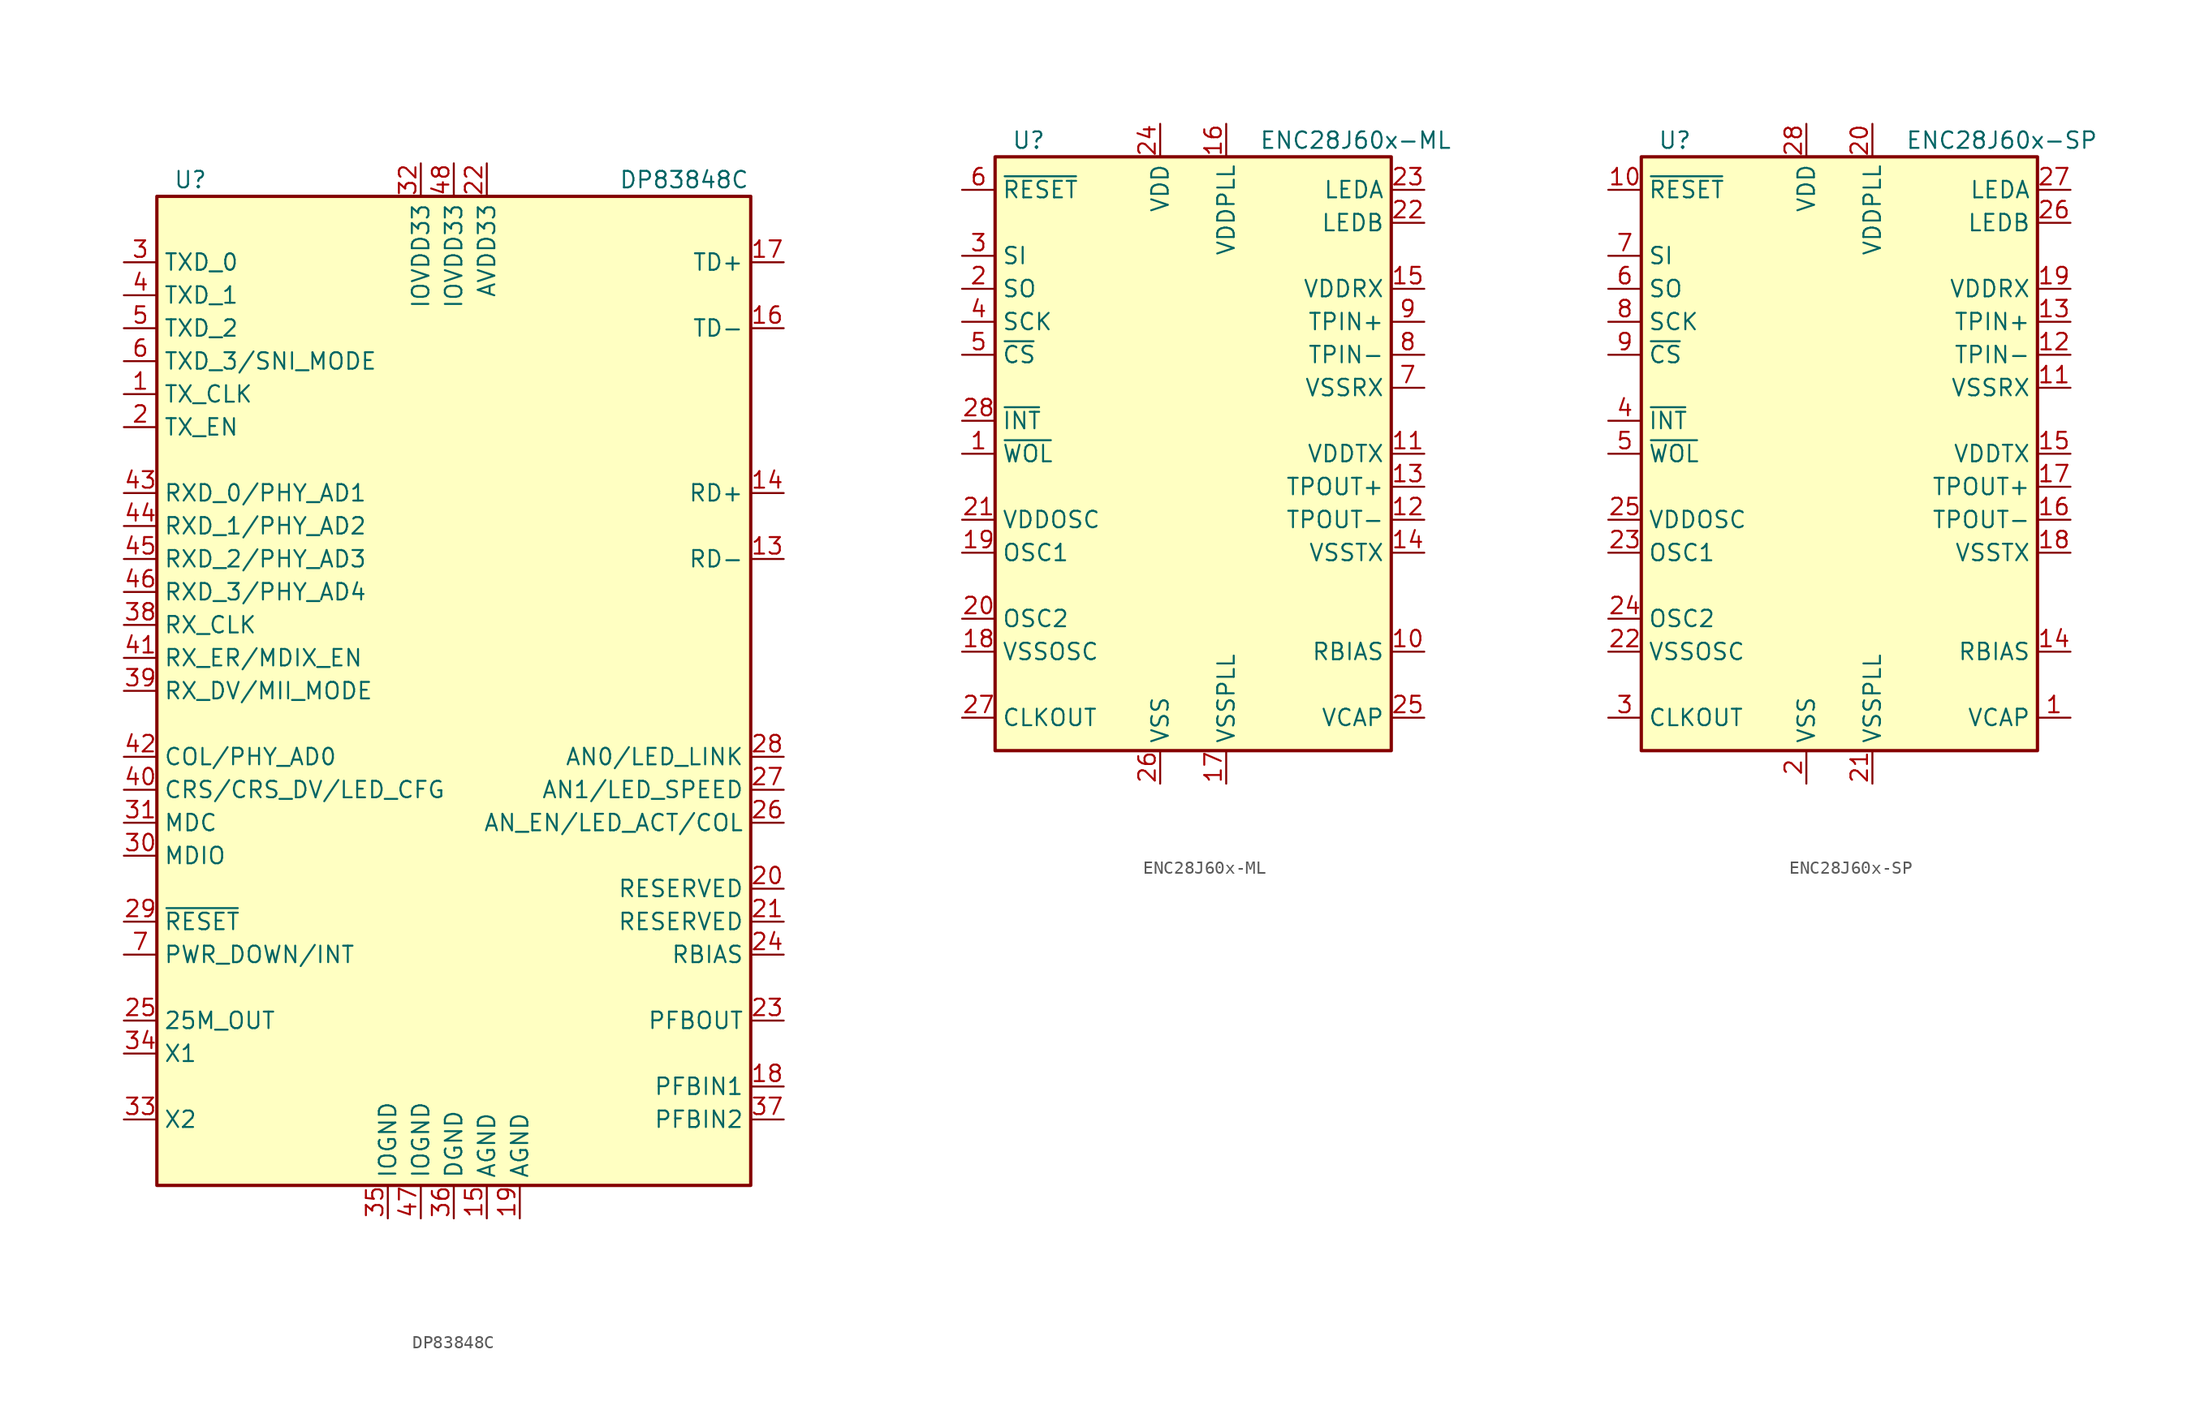
<source format=kicad_sym>
(kicad_symbol_lib
  (version 20220914)
  (generator kicad_symbol_editor)
  (symbol "DP83848C"
    (property "Reference" "U"
      (at -21.59 39.37 0)
      (effects (font (size 1.27 1.27)) (justify left)))
    (property "Value" "DP83848C"
      (at 12.7 39.37 0)
      (effects (font (size 1.27 1.27)) (justify left)))
    (symbol "DP83848C_0_1"
      (rectangle (start -22.86 38.1) (end 22.86 -38.1) (stroke (width 0.254) (type default)) (fill (type background))))
    (symbol "DP83848C_1_1"
      (pin output line (at -25.4 22.86 0) (length 2.54) (name "TX_CLK" (effects (font (size 1.27 1.27)))) (number "1" (effects (font (size 1.27 1.27)))))
      (pin passive line (at 25.4 10.16 180) (length 2.54) (name "RD-" (effects (font (size 1.27 1.27)))) (number "13" (effects (font (size 1.27 1.27)))))
      (pin passive line (at 25.4 15.24 180) (length 2.54) (name "RD+" (effects (font (size 1.27 1.27)))) (number "14" (effects (font (size 1.27 1.27)))))
      (pin power_in line (at 2.54 -40.64 90) (length 2.54) (name "AGND" (effects (font (size 1.27 1.27)))) (number "15" (effects (font (size 1.27 1.27)))))
      (pin passive line (at 25.4 27.94 180) (length 2.54) (name "TD-" (effects (font (size 1.27 1.27)))) (number "16" (effects (font (size 1.27 1.27)))))
      (pin passive line (at 25.4 33.02 180) (length 2.54) (name "TD+" (effects (font (size 1.27 1.27)))) (number "17" (effects (font (size 1.27 1.27)))))
      (pin passive line (at 25.4 -30.48 180) (length 2.54) (name "PFBIN1" (effects (font (size 1.27 1.27)))) (number "18" (effects (font (size 1.27 1.27)))))
      (pin power_in line (at 5.08 -40.64 90) (length 2.54) (name "AGND" (effects (font (size 1.27 1.27)))) (number "19" (effects (font (size 1.27 1.27)))))
      (pin input line (at -25.4 20.32 0) (length 2.54) (name "TX_EN" (effects (font (size 1.27 1.27)))) (number "2" (effects (font (size 1.27 1.27)))))
      (pin passive line (at 25.4 -15.24 180) (length 2.54) (name "RESERVED" (effects (font (size 1.27 1.27)))) (number "20" (effects (font (size 1.27 1.27)))))
      (pin passive line (at 25.4 -17.78 180) (length 2.54) (name "RESERVED" (effects (font (size 1.27 1.27)))) (number "21" (effects (font (size 1.27 1.27)))))
      (pin power_in line (at 2.54 40.64 270) (length 2.54) (name "AVDD33" (effects (font (size 1.27 1.27)))) (number "22" (effects (font (size 1.27 1.27)))))
      (pin passive line (at 25.4 -25.4 180) (length 2.54) (name "PFBOUT" (effects (font (size 1.27 1.27)))) (number "23" (effects (font (size 1.27 1.27)))))
      (pin passive line (at 25.4 -20.32 180) (length 2.54) (name "RBIAS" (effects (font (size 1.27 1.27)))) (number "24" (effects (font (size 1.27 1.27)))))
      (pin output line (at -25.4 -25.4 0) (length 2.54) (name "25M_OUT" (effects (font (size 1.27 1.27)))) (number "25" (effects (font (size 1.27 1.27)))))
      (pin output line (at 25.4 -10.16 180) (length 2.54) (name "AN_EN/LED_ACT/COL" (effects (font (size 1.27 1.27)))) (number "26" (effects (font (size 1.27 1.27)))))
      (pin output line (at 25.4 -7.62 180) (length 2.54) (name "AN1/LED_SPEED" (effects (font (size 1.27 1.27)))) (number "27" (effects (font (size 1.27 1.27)))))
      (pin output line (at 25.4 -5.08 180) (length 2.54) (name "AN0/LED_LINK" (effects (font (size 1.27 1.27)))) (number "28" (effects (font (size 1.27 1.27)))))
      (pin input line (at -25.4 -17.78 0) (length 2.54) (name "~{RESET}" (effects (font (size 1.27 1.27)))) (number "29" (effects (font (size 1.27 1.27)))))
      (pin input line (at -25.4 33.02 0) (length 2.54) (name "TXD_0" (effects (font (size 1.27 1.27)))) (number "3" (effects (font (size 1.27 1.27)))))
      (pin bidirectional line (at -25.4 -12.7 0) (length 2.54) (name "MDIO" (effects (font (size 1.27 1.27)))) (number "30" (effects (font (size 1.27 1.27)))))
      (pin input line (at -25.4 -10.16 0) (length 2.54) (name "MDC" (effects (font (size 1.27 1.27)))) (number "31" (effects (font (size 1.27 1.27)))))
      (pin power_in line (at -2.54 40.64 270) (length 2.54) (name "IOVDD33" (effects (font (size 1.27 1.27)))) (number "32" (effects (font (size 1.27 1.27)))))
      (pin output line (at -25.4 -33.02 0) (length 2.54) (name "X2" (effects (font (size 1.27 1.27)))) (number "33" (effects (font (size 1.27 1.27)))))
      (pin input line (at -25.4 -27.94 0) (length 2.54) (name "X1" (effects (font (size 1.27 1.27)))) (number "34" (effects (font (size 1.27 1.27)))))
      (pin power_in line (at -5.08 -40.64 90) (length 2.54) (name "IOGND" (effects (font (size 1.27 1.27)))) (number "35" (effects (font (size 1.27 1.27)))))
      (pin power_in line (at 0 -40.64 90) (length 2.54) (name "DGND" (effects (font (size 1.27 1.27)))) (number "36" (effects (font (size 1.27 1.27)))))
      (pin passive line (at 25.4 -33.02 180) (length 2.54) (name "PFBIN2" (effects (font (size 1.27 1.27)))) (number "37" (effects (font (size 1.27 1.27)))))
      (pin output line (at -25.4 5.08 0) (length 2.54) (name "RX_CLK" (effects (font (size 1.27 1.27)))) (number "38" (effects (font (size 1.27 1.27)))))
      (pin output line (at -25.4 0 0) (length 2.54) (name "RX_DV/MII_MODE" (effects (font (size 1.27 1.27)))) (number "39" (effects (font (size 1.27 1.27)))))
      (pin input line (at -25.4 30.48 0) (length 2.54) (name "TXD_1" (effects (font (size 1.27 1.27)))) (number "4" (effects (font (size 1.27 1.27)))))
      (pin output line (at -25.4 -7.62 0) (length 2.54) (name "CRS/CRS_DV/LED_CFG" (effects (font (size 1.27 1.27)))) (number "40" (effects (font (size 1.27 1.27)))))
      (pin output line (at -25.4 2.54 0) (length 2.54) (name "RX_ER/MDIX_EN" (effects (font (size 1.27 1.27)))) (number "41" (effects (font (size 1.27 1.27)))))
      (pin output line (at -25.4 -5.08 0) (length 2.54) (name "COL/PHY_AD0" (effects (font (size 1.27 1.27)))) (number "42" (effects (font (size 1.27 1.27)))))
      (pin output line (at -25.4 15.24 0) (length 2.54) (name "RXD_0/PHY_AD1" (effects (font (size 1.27 1.27)))) (number "43" (effects (font (size 1.27 1.27)))))
      (pin output line (at -25.4 12.7 0) (length 2.54) (name "RXD_1/PHY_AD2" (effects (font (size 1.27 1.27)))) (number "44" (effects (font (size 1.27 1.27)))))
      (pin output line (at -25.4 10.16 0) (length 2.54) (name "RXD_2/PHY_AD3" (effects (font (size 1.27 1.27)))) (number "45" (effects (font (size 1.27 1.27)))))
      (pin output line (at -25.4 7.62 0) (length 2.54) (name "RXD_3/PHY_AD4" (effects (font (size 1.27 1.27)))) (number "46" (effects (font (size 1.27 1.27)))))
      (pin power_in line (at -2.54 -40.64 90) (length 2.54) (name "IOGND" (effects (font (size 1.27 1.27)))) (number "47" (effects (font (size 1.27 1.27)))))
      (pin power_in line (at 0 40.64 270) (length 2.54) (name "IOVDD33" (effects (font (size 1.27 1.27)))) (number "48" (effects (font (size 1.27 1.27)))))
      (pin input line (at -25.4 27.94 0) (length 2.54) (name "TXD_2" (effects (font (size 1.27 1.27)))) (number "5" (effects (font (size 1.27 1.27)))))
      (pin input line (at -25.4 25.4 0) (length 2.54) (name "TXD_3/SNI_MODE" (effects (font (size 1.27 1.27)))) (number "6" (effects (font (size 1.27 1.27)))))
      (pin input line (at -25.4 -20.32 0) (length 2.54) (name "PWR_DOWN/INT" (effects (font (size 1.27 1.27)))) (number "7" (effects (font (size 1.27 1.27)))))))
  (symbol "ENC28J60x-ML"
    (property "Reference" "U"
      (at -13.97 24.13 0)
      (effects (font (size 1.27 1.27)) (justify left)))
    (property "Value" "ENC28J60x-ML"
      (at 5.08 24.13 0)
      (effects (font (size 1.27 1.27)) (justify left)))
    (symbol "ENC28J60x-ML_0_1"
      (rectangle (start -15.24 22.86) (end 15.24 -22.86) (stroke (width 0.254) (type default)) (fill (type background))))
    (symbol "ENC28J60x-ML_1_1"
      (pin output line (at -17.78 0 0) (length 2.54) (name "~{WOL}" (effects (font (size 1.27 1.27)))) (number "1" (effects (font (size 1.27 1.27)))))
      (pin input line (at 17.78 -15.24 180) (length 2.54) (name "RBIAS" (effects (font (size 1.27 1.27)))) (number "10" (effects (font (size 1.27 1.27)))))
      (pin power_in line (at 17.78 0 180) (length 2.54) (name "VDDTX" (effects (font (size 1.27 1.27)))) (number "11" (effects (font (size 1.27 1.27)))))
      (pin output line (at 17.78 -5.08 180) (length 2.54) (name "TPOUT-" (effects (font (size 1.27 1.27)))) (number "12" (effects (font (size 1.27 1.27)))))
      (pin output line (at 17.78 -2.54 180) (length 2.54) (name "TPOUT+" (effects (font (size 1.27 1.27)))) (number "13" (effects (font (size 1.27 1.27)))))
      (pin power_out line (at 17.78 -7.62 180) (length 2.54) (name "VSSTX" (effects (font (size 1.27 1.27)))) (number "14" (effects (font (size 1.27 1.27)))))
      (pin power_in line (at 17.78 12.7 180) (length 2.54) (name "VDDRX" (effects (font (size 1.27 1.27)))) (number "15" (effects (font (size 1.27 1.27)))))
      (pin power_in line (at 2.54 25.4 270) (length 2.54) (name "VDDPLL" (effects (font (size 1.27 1.27)))) (number "16" (effects (font (size 1.27 1.27)))))
      (pin power_in line (at 2.54 -25.4 90) (length 2.54) (name "VSSPLL" (effects (font (size 1.27 1.27)))) (number "17" (effects (font (size 1.27 1.27)))))
      (pin power_in line (at -17.78 -15.24 0) (length 2.54) (name "VSSOSC" (effects (font (size 1.27 1.27)))) (number "18" (effects (font (size 1.27 1.27)))))
      (pin input line (at -17.78 -7.62 0) (length 2.54) (name "OSC1" (effects (font (size 1.27 1.27)))) (number "19" (effects (font (size 1.27 1.27)))))
      (pin output line (at -17.78 12.7 0) (length 2.54) (name "SO" (effects (font (size 1.27 1.27)))) (number "2" (effects (font (size 1.27 1.27)))))
      (pin output line (at -17.78 -12.7 0) (length 2.54) (name "OSC2" (effects (font (size 1.27 1.27)))) (number "20" (effects (font (size 1.27 1.27)))))
      (pin power_in line (at -17.78 -5.08 0) (length 2.54) (name "VDDOSC" (effects (font (size 1.27 1.27)))) (number "21" (effects (font (size 1.27 1.27)))))
      (pin output line (at 17.78 17.78 180) (length 2.54) (name "LEDB" (effects (font (size 1.27 1.27)))) (number "22" (effects (font (size 1.27 1.27)))))
      (pin output line (at 17.78 20.32 180) (length 2.54) (name "LEDA" (effects (font (size 1.27 1.27)))) (number "23" (effects (font (size 1.27 1.27)))))
      (pin power_in line (at -2.54 25.4 270) (length 2.54) (name "VDD" (effects (font (size 1.27 1.27)))) (number "24" (effects (font (size 1.27 1.27)))))
      (pin input line (at 17.78 -20.32 180) (length 2.54) (name "VCAP" (effects (font (size 1.27 1.27)))) (number "25" (effects (font (size 1.27 1.27)))))
      (pin power_in line (at -2.54 -25.4 90) (length 2.54) (name "VSS" (effects (font (size 1.27 1.27)))) (number "26" (effects (font (size 1.27 1.27)))))
      (pin output line (at -17.78 -20.32 0) (length 2.54) (name "CLKOUT" (effects (font (size 1.27 1.27)))) (number "27" (effects (font (size 1.27 1.27)))))
      (pin output line (at -17.78 2.54 0) (length 2.54) (name "~{INT}" (effects (font (size 1.27 1.27)))) (number "28" (effects (font (size 1.27 1.27)))))
      (pin input line (at -17.78 15.24 0) (length 2.54) (name "SI" (effects (font (size 1.27 1.27)))) (number "3" (effects (font (size 1.27 1.27)))))
      (pin input line (at -17.78 10.16 0) (length 2.54) (name "SCK" (effects (font (size 1.27 1.27)))) (number "4" (effects (font (size 1.27 1.27)))))
      (pin input line (at -17.78 7.62 0) (length 2.54) (name "~{CS}" (effects (font (size 1.27 1.27)))) (number "5" (effects (font (size 1.27 1.27)))))
      (pin input line (at -17.78 20.32 0) (length 2.54) (name "~{RESET}" (effects (font (size 1.27 1.27)))) (number "6" (effects (font (size 1.27 1.27)))))
      (pin power_out line (at 17.78 5.08 180) (length 2.54) (name "VSSRX" (effects (font (size 1.27 1.27)))) (number "7" (effects (font (size 1.27 1.27)))))
      (pin input line (at 17.78 7.62 180) (length 2.54) (name "TPIN-" (effects (font (size 1.27 1.27)))) (number "8" (effects (font (size 1.27 1.27)))))
      (pin input line (at 17.78 10.16 180) (length 2.54) (name "TPIN+" (effects (font (size 1.27 1.27)))) (number "9" (effects (font (size 1.27 1.27)))))))
  (symbol "ENC28J60x-SP"
    (property "Reference" "U"
      (at -13.97 24.13 0)
      (effects (font (size 1.27 1.27)) (justify left)))
    (property "Value" "ENC28J60x-SP"
      (at 5.08 24.13 0)
      (effects (font (size 1.27 1.27)) (justify left)))
    (symbol "ENC28J60x-SP_0_1"
      (rectangle (start -15.24 22.86) (end 15.24 -22.86) (stroke (width 0.254) (type default)) (fill (type background))))
    (symbol "ENC28J60x-SP_1_1"
      (pin input line (at 17.78 -20.32 180) (length 2.54) (name "VCAP" (effects (font (size 1.27 1.27)))) (number "1" (effects (font (size 1.27 1.27)))))
      (pin input line (at -17.78 20.32 0) (length 2.54) (name "~{RESET}" (effects (font (size 1.27 1.27)))) (number "10" (effects (font (size 1.27 1.27)))))
      (pin power_in line (at 17.78 5.08 180) (length 2.54) (name "VSSRX" (effects (font (size 1.27 1.27)))) (number "11" (effects (font (size 1.27 1.27)))))
      (pin input line (at 17.78 7.62 180) (length 2.54) (name "TPIN-" (effects (font (size 1.27 1.27)))) (number "12" (effects (font (size 1.27 1.27)))))
      (pin input line (at 17.78 10.16 180) (length 2.54) (name "TPIN+" (effects (font (size 1.27 1.27)))) (number "13" (effects (font (size 1.27 1.27)))))
      (pin input line (at 17.78 -15.24 180) (length 2.54) (name "RBIAS" (effects (font (size 1.27 1.27)))) (number "14" (effects (font (size 1.27 1.27)))))
      (pin power_in line (at 17.78 0 180) (length 2.54) (name "VDDTX" (effects (font (size 1.27 1.27)))) (number "15" (effects (font (size 1.27 1.27)))))
      (pin output line (at 17.78 -5.08 180) (length 2.54) (name "TPOUT-" (effects (font (size 1.27 1.27)))) (number "16" (effects (font (size 1.27 1.27)))))
      (pin output line (at 17.78 -2.54 180) (length 2.54) (name "TPOUT+" (effects (font (size 1.27 1.27)))) (number "17" (effects (font (size 1.27 1.27)))))
      (pin power_in line (at 17.78 -7.62 180) (length 2.54) (name "VSSTX" (effects (font (size 1.27 1.27)))) (number "18" (effects (font (size 1.27 1.27)))))
      (pin power_in line (at 17.78 12.7 180) (length 2.54) (name "VDDRX" (effects (font (size 1.27 1.27)))) (number "19" (effects (font (size 1.27 1.27)))))
      (pin power_in line (at -2.54 -25.4 90) (length 2.54) (name "VSS" (effects (font (size 1.27 1.27)))) (number "2" (effects (font (size 1.27 1.27)))))
      (pin power_in line (at 2.54 25.4 270) (length 2.54) (name "VDDPLL" (effects (font (size 1.27 1.27)))) (number "20" (effects (font (size 1.27 1.27)))))
      (pin power_in line (at 2.54 -25.4 90) (length 2.54) (name "VSSPLL" (effects (font (size 1.27 1.27)))) (number "21" (effects (font (size 1.27 1.27)))))
      (pin power_in line (at -17.78 -15.24 0) (length 2.54) (name "VSSOSC" (effects (font (size 1.27 1.27)))) (number "22" (effects (font (size 1.27 1.27)))))
      (pin input line (at -17.78 -7.62 0) (length 2.54) (name "OSC1" (effects (font (size 1.27 1.27)))) (number "23" (effects (font (size 1.27 1.27)))))
      (pin input line (at -17.78 -12.7 0) (length 2.54) (name "OSC2" (effects (font (size 1.27 1.27)))) (number "24" (effects (font (size 1.27 1.27)))))
      (pin power_in line (at -17.78 -5.08 0) (length 2.54) (name "VDDOSC" (effects (font (size 1.27 1.27)))) (number "25" (effects (font (size 1.27 1.27)))))
      (pin output line (at 17.78 17.78 180) (length 2.54) (name "LEDB" (effects (font (size 1.27 1.27)))) (number "26" (effects (font (size 1.27 1.27)))))
      (pin output line (at 17.78 20.32 180) (length 2.54) (name "LEDA" (effects (font (size 1.27 1.27)))) (number "27" (effects (font (size 1.27 1.27)))))
      (pin power_in line (at -2.54 25.4 270) (length 2.54) (name "VDD" (effects (font (size 1.27 1.27)))) (number "28" (effects (font (size 1.27 1.27)))))
      (pin output line (at -17.78 -20.32 0) (length 2.54) (name "CLKOUT" (effects (font (size 1.27 1.27)))) (number "3" (effects (font (size 1.27 1.27)))))
      (pin output line (at -17.78 2.54 0) (length 2.54) (name "~{INT}" (effects (font (size 1.27 1.27)))) (number "4" (effects (font (size 1.27 1.27)))))
      (pin output line (at -17.78 0 0) (length 2.54) (name "~{WOL}" (effects (font (size 1.27 1.27)))) (number "5" (effects (font (size 1.27 1.27)))))
      (pin output line (at -17.78 12.7 0) (length 2.54) (name "SO" (effects (font (size 1.27 1.27)))) (number "6" (effects (font (size 1.27 1.27)))))
      (pin input line (at -17.78 15.24 0) (length 2.54) (name "SI" (effects (font (size 1.27 1.27)))) (number "7" (effects (font (size 1.27 1.27)))))
      (pin input line (at -17.78 10.16 0) (length 2.54) (name "SCK" (effects (font (size 1.27 1.27)))) (number "8" (effects (font (size 1.27 1.27)))))
      (pin input line (at -17.78 7.62 0) (length 2.54) (name "~{CS}" (effects (font (size 1.27 1.27)))) (number "9" (effects (font (size 1.27 1.27))))))))
</source>
